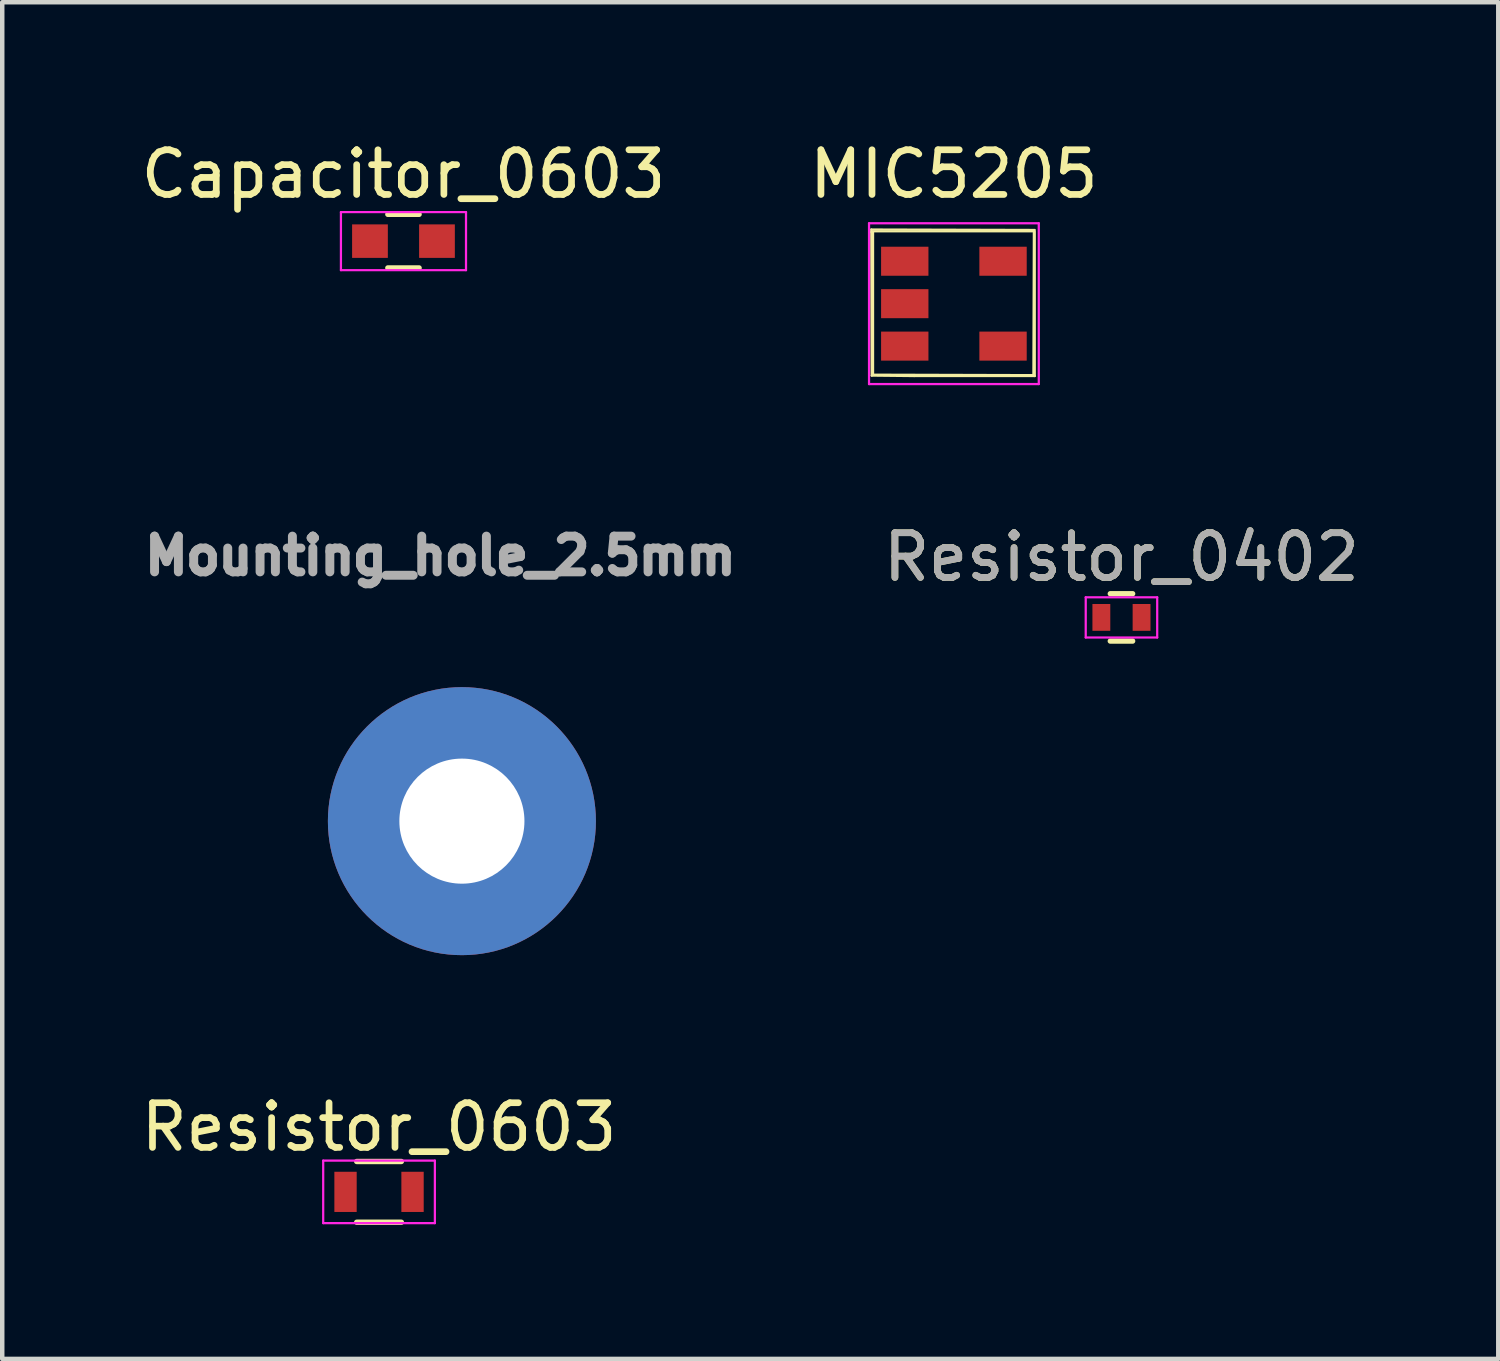
<source format=kicad_pcb>
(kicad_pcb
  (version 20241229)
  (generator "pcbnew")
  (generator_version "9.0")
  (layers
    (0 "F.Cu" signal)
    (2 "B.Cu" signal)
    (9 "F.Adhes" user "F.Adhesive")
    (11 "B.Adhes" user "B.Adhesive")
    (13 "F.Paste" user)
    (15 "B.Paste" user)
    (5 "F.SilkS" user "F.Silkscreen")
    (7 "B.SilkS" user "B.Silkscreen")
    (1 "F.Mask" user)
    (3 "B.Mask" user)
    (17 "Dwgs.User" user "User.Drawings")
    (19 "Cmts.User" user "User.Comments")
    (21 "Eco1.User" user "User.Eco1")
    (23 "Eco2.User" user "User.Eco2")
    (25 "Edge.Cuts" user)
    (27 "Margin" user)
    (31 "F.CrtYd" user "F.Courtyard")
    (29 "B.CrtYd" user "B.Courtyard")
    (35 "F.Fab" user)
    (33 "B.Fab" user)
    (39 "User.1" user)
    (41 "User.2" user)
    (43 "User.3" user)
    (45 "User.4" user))
  (footprint "Capacitor_0603"
    (layer "F.Cu")
    (at 5.982 2.348)
    (property "Reference" "Capacitor_0603" (at 0 -1.5 0) (layer "F.SilkS") (effects (font (size 1 1) (thickness 0.15))))
    (attr smd)
    (fp_line (start -0.35 -0.6) (end 0.35 -0.6) (stroke (width 0.12) (type solid)) (layer "F.SilkS"))
    (fp_line (start 0.35 0.6) (end -0.35 0.6) (stroke (width 0.12) (type solid)) (layer "F.SilkS"))
    (fp_line (start -1.4 -0.65) (end -1.4 0.65) (stroke (width 0.05) (type solid)) (layer "F.CrtYd"))
    (fp_line (start -1.4 -0.65) (end 1.4 -0.65) (stroke (width 0.05) (type solid)) (layer "F.CrtYd"))
    (fp_line (start 1.4 0.65) (end -1.4 0.65) (stroke (width 0.05) (type solid)) (layer "F.CrtYd"))
    (fp_line (start 1.4 0.65) (end 1.4 -0.65) (stroke (width 0.05) (type solid)) (layer "F.CrtYd"))
    (pad "1" smd rect (at -0.75 0) (size 0.8 0.75) (layers "F.Cu" "F.Mask" "F.Paste"))
    (pad "2" smd rect (at 0.75 0) (size 0.8 0.75) (layers "F.Cu" "F.Mask" "F.Paste")))
  (footprint "Resistor_0402"
    (layer "F.Cu")
    (at 22.055 10.771)
    (property "Reference" "Resistor_0402" (at 0 -1.35 0) (layer "F.SilkS") (effects (font (size 1 1) (thickness 0.15))))
    (attr smd)
    (fp_line (start -0.25 0.53) (end 0.25 0.53) (stroke (width 0.12) (type solid)) (layer "F.SilkS"))
    (fp_line (start 0.25 -0.53) (end -0.25 -0.53) (stroke (width 0.12) (type solid)) (layer "F.SilkS"))
    (fp_line (start -0.8 -0.45) (end -0.8 0.45) (stroke (width 0.05) (type solid)) (layer "F.CrtYd"))
    (fp_line (start -0.8 -0.45) (end 0.8 -0.45) (stroke (width 0.05) (type solid)) (layer "F.CrtYd"))
    (fp_line (start 0.8 0.45) (end -0.8 0.45) (stroke (width 0.05) (type solid)) (layer "F.CrtYd"))
    (fp_line (start 0.8 0.45) (end 0.8 -0.45) (stroke (width 0.05) (type solid)) (layer "F.CrtYd"))
    (fp_text user "${REFERENCE}" (at 0 -1.35 0) (layer "F.Fab") (effects (font (size 1 1) (thickness 0.15))))
    (pad "1" smd rect (at -0.45 0) (size 0.4 0.6) (layers "F.Cu" "F.Mask" "F.Paste"))
    (pad "2" smd rect (at 0.45 0) (size 0.4 0.6) (layers "F.Cu" "F.Mask" "F.Paste")))
  (footprint "Resistor_0603"
    (layer "F.Cu")
    (at 5.435 23.631)
    (property "Reference" "Resistor_0603" (at 0 -1.45 0) (layer "F.SilkS") (effects (font (size 1 1) (thickness 0.15))))
    (attr smd)
    (fp_line (start -0.5 -0.68) (end 0.5 -0.68) (stroke (width 0.12) (type solid)) (layer "F.SilkS"))
    (fp_line (start 0.5 0.68) (end -0.5 0.68) (stroke (width 0.12) (type solid)) (layer "F.SilkS"))
    (fp_line (start -1.25 -0.7) (end -1.25 0.7) (stroke (width 0.05) (type solid)) (layer "F.CrtYd"))
    (fp_line (start -1.25 -0.7) (end 1.25 -0.7) (stroke (width 0.05) (type solid)) (layer "F.CrtYd"))
    (fp_line (start 1.25 0.7) (end -1.25 0.7) (stroke (width 0.05) (type solid)) (layer "F.CrtYd"))
    (fp_line (start 1.25 0.7) (end 1.25 -0.7) (stroke (width 0.05) (type solid)) (layer "F.CrtYd"))
    (pad "1" smd rect (at -0.75 0) (size 0.5 0.9) (layers "F.Cu" "F.Mask" "F.Paste"))
    (pad "2" smd rect (at 0.75 0) (size 0.5 0.9) (layers "F.Cu" "F.Mask" "F.Paste")))
  (footprint "Mounting_hole_2.5mm"
    (layer "F.Cu")
    (at 7.29 15.332)
    (property "Reference" "Mounting_hole_2.5mm" (at -0.48 -5.94 0) (layer "F.Fab") (effects (font (size 0.8 0.8) (thickness 0.2))))
    (attr exclude_from_pos_files exclude_from_bom)
    (pad "" thru_hole circle (at 0 0) (size 6 6) (drill 2.8) (layers "*.Cu" "*.Mask")))
  (footprint "MIC5205"
    (layer "F.Cu")
    (at 18.304 3.748)
    (property "Reference" "MIC5205" (at 0 -2.9 0) (layer "F.SilkS") (effects (font (size 1 1) (thickness 0.15))))
    (attr smd)
    (fp_line (start -1.85 -1.66) (end 1.81 -1.65) (stroke (width 0.05) (type solid)) (layer "F.SilkS"))
    (fp_line (start -1.85 -1.61) (end -1.84 1.61) (stroke (width 0.05) (type solid)) (layer "F.SilkS"))
    (fp_line (start -1.85 -1.6) (end -1.85 -1.66) (stroke (width 0.05) (type solid)) (layer "F.SilkS"))
    (fp_line (start -1.84 1.61) (end -0.89 1.62) (stroke (width 0.05) (type solid)) (layer "F.SilkS"))
    (fp_line (start -1.83 -1.62) (end 1.79 -1.62) (stroke (width 0.05) (type solid)) (layer "F.SilkS"))
    (fp_line (start -1.81 1.59) (end -1.81 -1.6) (stroke (width 0.05) (type solid)) (layer "F.SilkS"))
    (fp_line (start -0.89 1.62) (end 1.81 1.62) (stroke (width 0.05) (type solid)) (layer "F.SilkS"))
    (fp_line (start 1.78 1.6) (end -1.81 1.59) (stroke (width 0.05) (type solid)) (layer "F.SilkS"))
    (fp_line (start 1.79 -1.62) (end 1.78 1.6) (stroke (width 0.05) (type solid)) (layer "F.SilkS"))
    (fp_line (start 1.81 1.62) (end 1.81 -1.62) (stroke (width 0.05) (type solid)) (layer "F.SilkS"))
    (fp_line (start -1.9 -1.8) (end 1.9 -1.8) (stroke (width 0.05) (type solid)) (layer "F.CrtYd"))
    (fp_line (start -1.9 1.8) (end -1.9 -1.8) (stroke (width 0.05) (type solid)) (layer "F.CrtYd"))
    (fp_line (start 1.9 -1.8) (end 1.9 1.8) (stroke (width 0.05) (type solid)) (layer "F.CrtYd"))
    (fp_line (start 1.9 1.8) (end -1.9 1.8) (stroke (width 0.05) (type solid)) (layer "F.CrtYd"))
    (pad "1" smd rect (at -1.1 -0.95) (size 1.06 0.65) (layers "F.Cu" "F.Mask" "F.Paste"))
    (pad "2" smd rect (at -1.1 0) (size 1.06 0.65) (layers "F.Cu" "F.Mask" "F.Paste"))
    (pad "3" smd rect (at -1.1 0.95) (size 1.06 0.65) (layers "F.Cu" "F.Mask" "F.Paste"))
    (pad "4" smd rect (at 1.1 0.95) (size 1.06 0.65) (layers "F.Cu" "F.Mask" "F.Paste"))
    (pad "5" smd rect (at 1.1 -0.95) (size 1.06 0.65) (layers "F.Cu" "F.Mask" "F.Paste")))
  (gr_rect
    (start -3 -3)
    (end 30.49 27.37)
    (stroke (width 0.1) (type default))
    (fill no)
    (layer "Edge.Cuts")))
</source>
